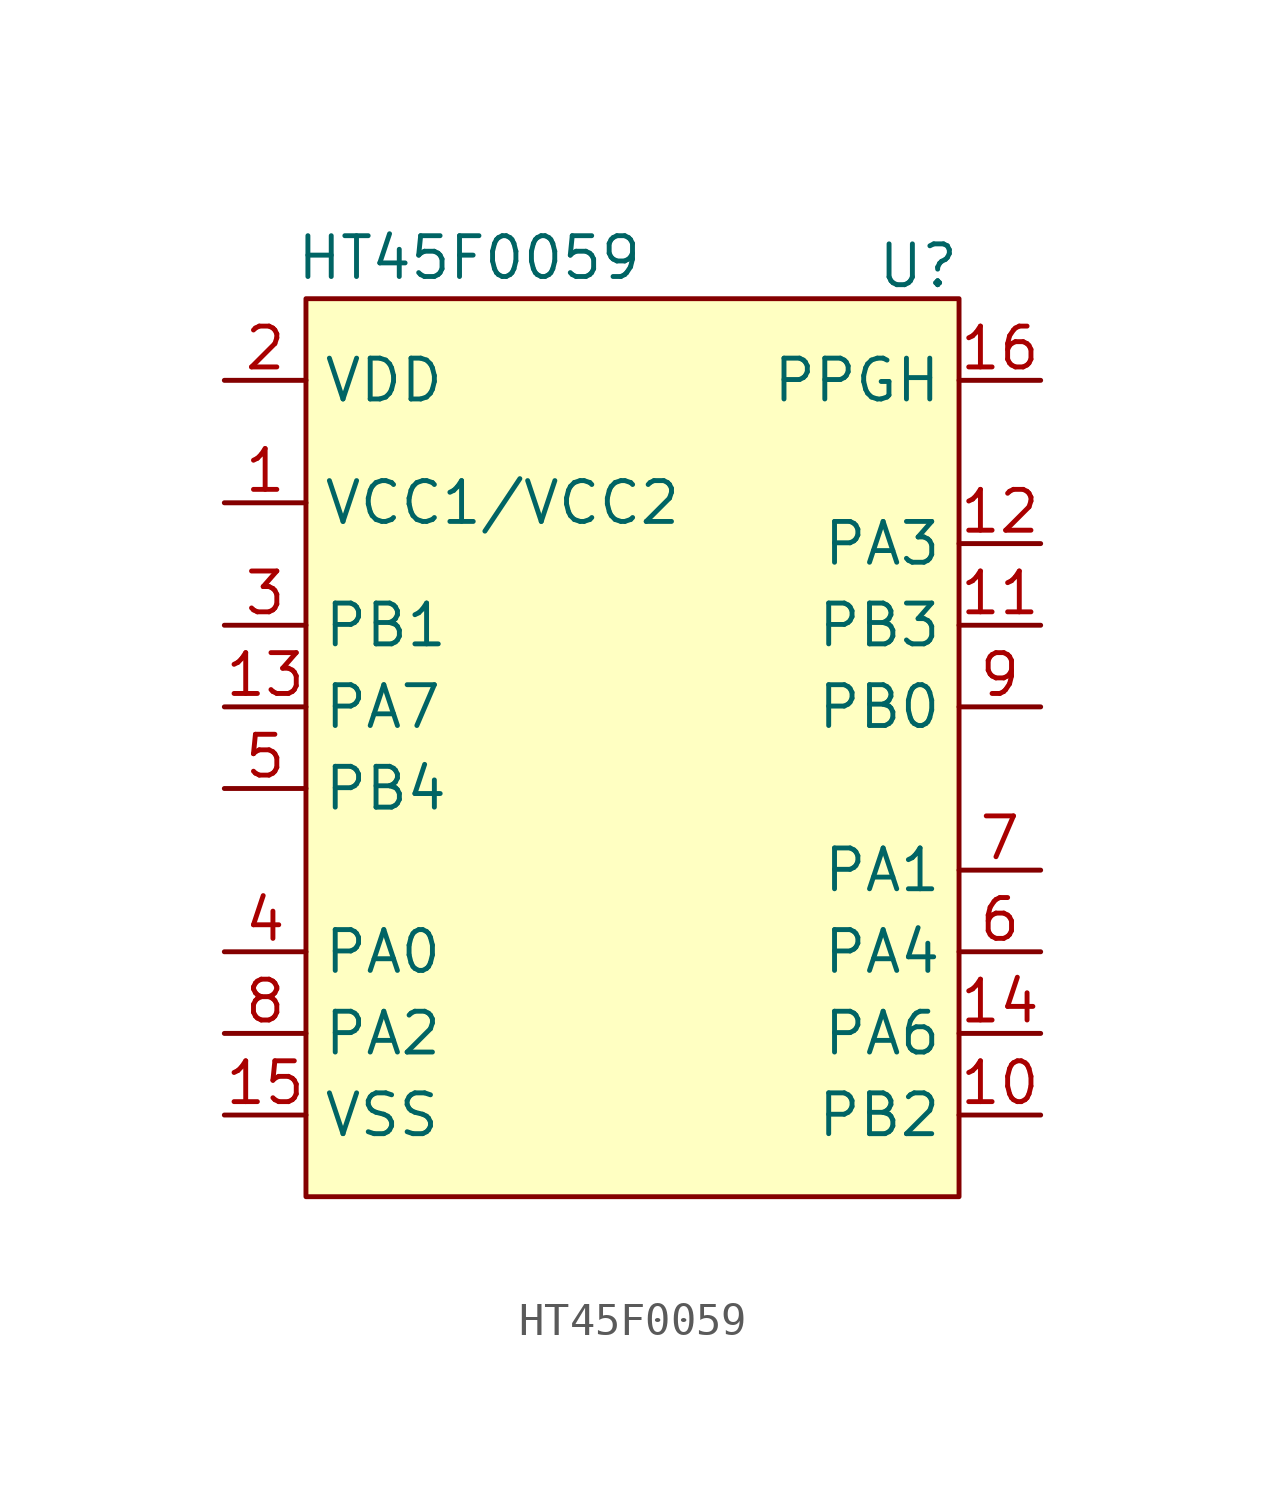
<source format=kicad_sym>
(kicad_symbol_lib
  (version 20231120)
  (generator "kicad_symbol_editor")
  (generator_version "8.0")
  (symbol "HT45F0059"
    (property "Reference" "U"
      (at 8.89 14.986 0)
      (effects (font (size 1.27 1.27))))
    (property "Value" "HT45F0059"
      (at -5.08 15.24 0)
      (effects (font (size 1.27 1.27))))
    (symbol "HT45F0059_0_0"
      (pin unspecified line (at -12.7 7.62 0) (length 2.54) (name "VCC1/VCC2" (effects (font (size 1.27 1.27)))) (number "1" (effects (font (size 1.27 1.27)))))
      (pin unspecified line (at 12.7 -11.43 180) (length 2.54) (name "PB2" (effects (font (size 1.27 1.27)))) (number "10" (effects (font (size 1.27 1.27)))))
      (pin unspecified line (at 12.7 3.81 180) (length 2.54) (name "PB3" (effects (font (size 1.27 1.27)))) (number "11" (effects (font (size 1.27 1.27)))))
      (pin unspecified line (at 12.7 6.35 180) (length 2.54) (name "PA3" (effects (font (size 1.27 1.27)))) (number "12" (effects (font (size 1.27 1.27)))))
      (pin unspecified line (at -12.7 1.27 0) (length 2.54) (name "PA7" (effects (font (size 1.27 1.27)))) (number "13" (effects (font (size 1.27 1.27)))))
      (pin unspecified line (at 12.7 -8.89 180) (length 2.54) (name "PA6" (effects (font (size 1.27 1.27)))) (number "14" (effects (font (size 1.27 1.27)))))
      (pin unspecified line (at -12.7 -11.43 0) (length 2.54) (name "VSS" (effects (font (size 1.27 1.27)))) (number "15" (effects (font (size 1.27 1.27)))))
      (pin unspecified line (at 12.7 11.43 180) (length 2.54) (name "PPGH" (effects (font (size 1.27 1.27)))) (number "16" (effects (font (size 1.27 1.27)))))
      (pin unspecified line (at -12.7 11.43 0) (length 2.54) (name "VDD" (effects (font (size 1.27 1.27)))) (number "2" (effects (font (size 1.27 1.27)))))
      (pin unspecified line (at -12.7 3.81 0) (length 2.54) (name "PB1" (effects (font (size 1.27 1.27)))) (number "3" (effects (font (size 1.27 1.27)))))
      (pin unspecified line (at -12.7 -6.35 0) (length 2.54) (name "PA0" (effects (font (size 1.27 1.27)))) (number "4" (effects (font (size 1.27 1.27)))))
      (pin unspecified line (at -12.7 -1.27 0) (length 2.54) (name "PB4" (effects (font (size 1.27 1.27)))) (number "5" (effects (font (size 1.27 1.27)))))
      (pin unspecified line (at 12.7 -6.35 180) (length 2.54) (name "PA4" (effects (font (size 1.27 1.27)))) (number "6" (effects (font (size 1.27 1.27)))))
      (pin unspecified line (at 12.7 -3.81 180) (length 2.54) (name "PA1" (effects (font (size 1.27 1.27)))) (number "7" (effects (font (size 1.27 1.27)))))
      (pin unspecified line (at -12.7 -8.89 0) (length 2.54) (name "PA2" (effects (font (size 1.27 1.27)))) (number "8" (effects (font (size 1.27 1.27)))))
      (pin unspecified line (at 12.7 1.27 180) (length 2.54) (name "PB0" (effects (font (size 1.27 1.27)))) (number "9" (effects (font (size 1.27 1.27))))))
    (symbol "HT45F0059_1_1"
      (rectangle (start -10.16 13.97) (end 10.16 -13.97) (stroke (width 0) (type default)) (fill (type background))))))
</source>
